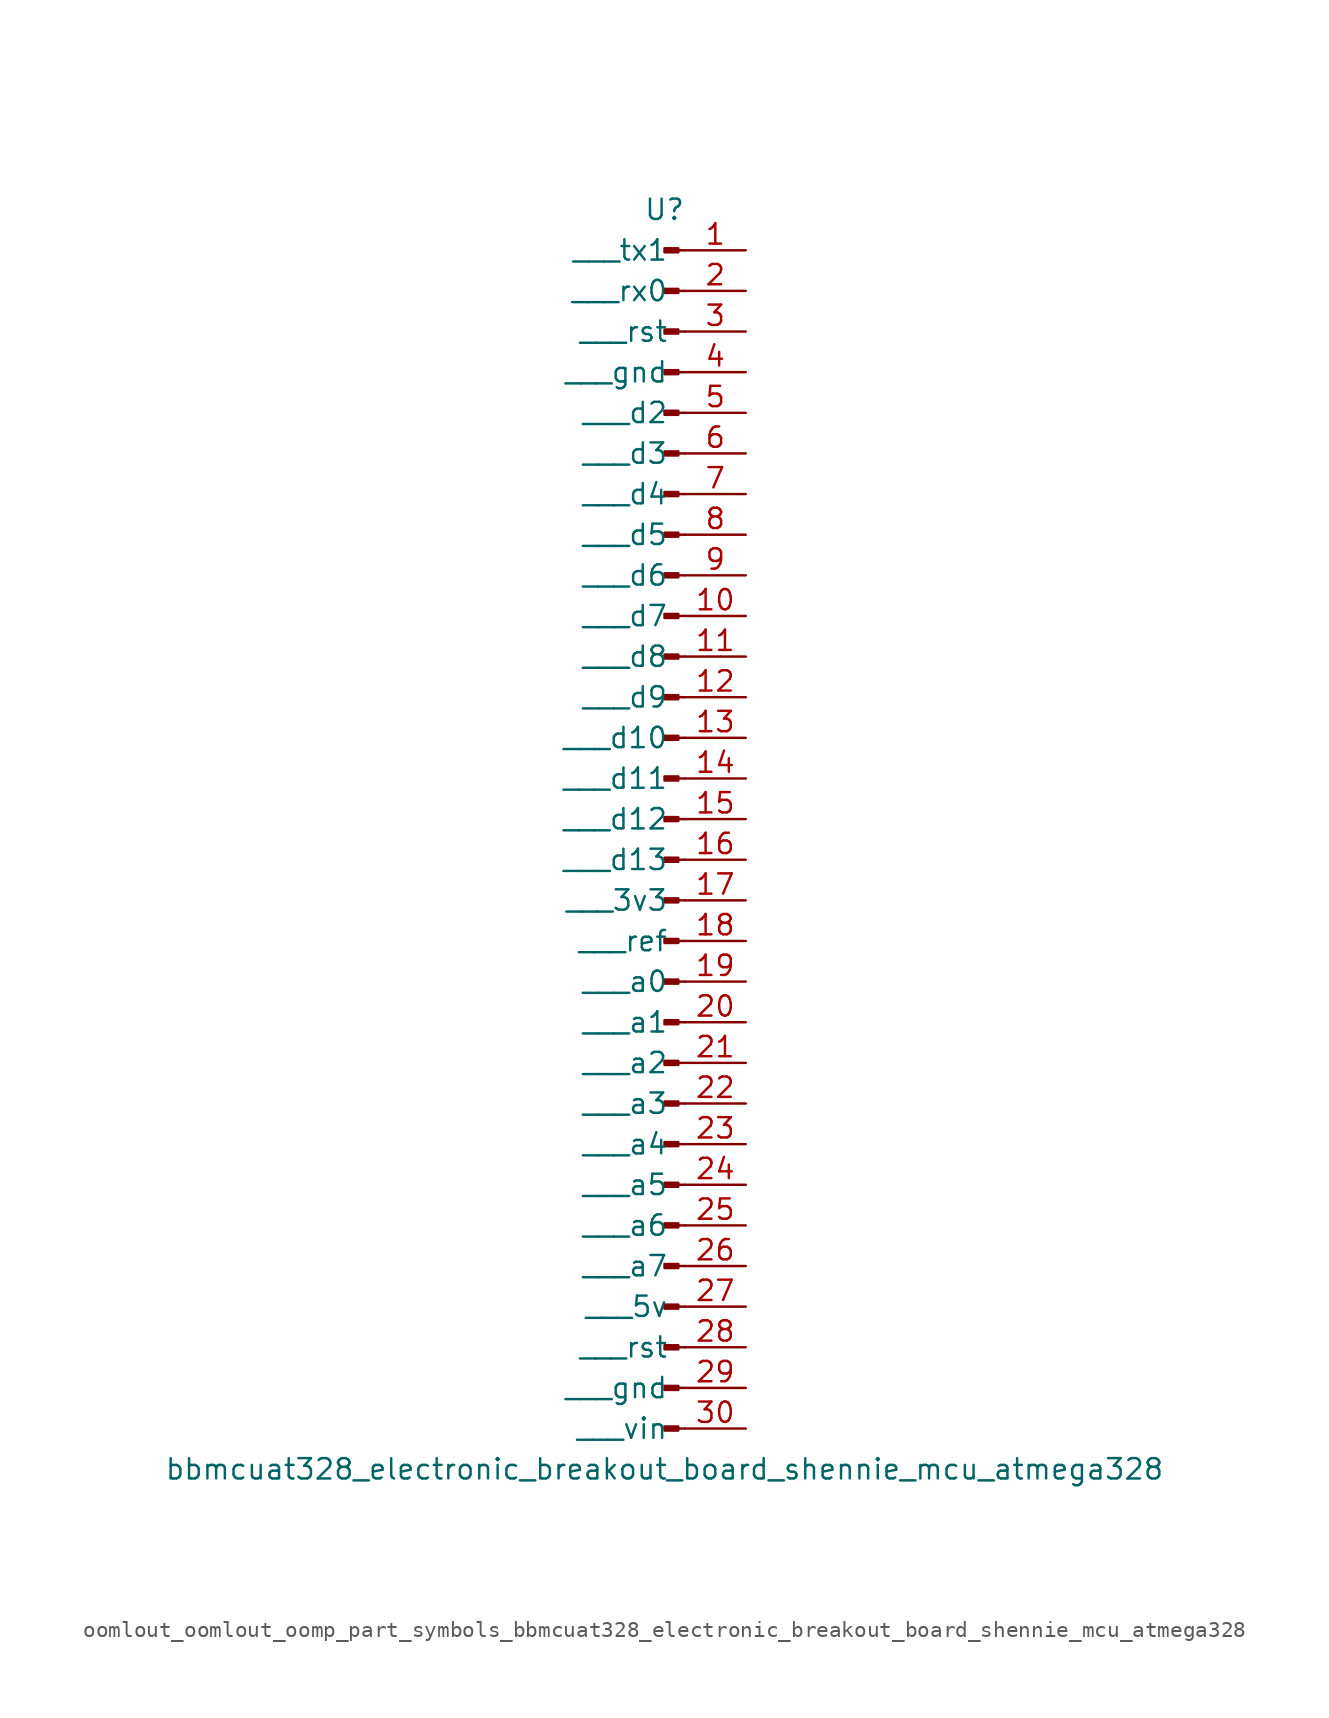
<source format=kicad_sym>
(kicad_symbol_lib
  (version 20220914)
  (generator kicad_symbol_editor)
  (symbol "oomlout_oomlout_oomp_part_symbols_bbmcuat328_electronic_breakout_board_shennie_mcu_atmega328"
    (pin_names
      (offset 1.016))
    (property "Reference" "U"
      (at 0 38.1 0)
      (effects (font (size 1.27 1.27))))
    (property "Value" "bbmcuat328_electronic_breakout_board_shennie_mcu_atmega328"
      (at 0 -40.64 0)
      (effects (font (size 1.27 1.27))))
    (property "ki_locked" ""
      (at 0 0 0)
      (effects (font (size 1.27 1.27))))
    (symbol "oomlout_oomlout_oomp_part_symbols_bbmcuat328_electronic_breakout_board_shennie_mcu_atmega328_1_1"
      (polyline (pts (xy 1.27 -38.1) (xy 0.864 -38.1)) (stroke (width 0.152) (type default)) (fill (type none)))
      (polyline (pts (xy 1.27 -35.56) (xy 0.864 -35.56)) (stroke (width 0.152) (type default)) (fill (type none)))
      (polyline (pts (xy 1.27 -33.02) (xy 0.864 -33.02)) (stroke (width 0.152) (type default)) (fill (type none)))
      (polyline (pts (xy 1.27 -30.48) (xy 0.864 -30.48)) (stroke (width 0.152) (type default)) (fill (type none)))
      (polyline (pts (xy 1.27 -27.94) (xy 0.864 -27.94)) (stroke (width 0.152) (type default)) (fill (type none)))
      (polyline (pts (xy 1.27 -25.4) (xy 0.864 -25.4)) (stroke (width 0.152) (type default)) (fill (type none)))
      (polyline (pts (xy 1.27 -22.86) (xy 0.864 -22.86)) (stroke (width 0.152) (type default)) (fill (type none)))
      (polyline (pts (xy 1.27 -20.32) (xy 0.864 -20.32)) (stroke (width 0.152) (type default)) (fill (type none)))
      (polyline (pts (xy 1.27 -17.78) (xy 0.864 -17.78)) (stroke (width 0.152) (type default)) (fill (type none)))
      (polyline (pts (xy 1.27 -15.24) (xy 0.864 -15.24)) (stroke (width 0.152) (type default)) (fill (type none)))
      (polyline (pts (xy 1.27 -12.7) (xy 0.864 -12.7)) (stroke (width 0.152) (type default)) (fill (type none)))
      (polyline (pts (xy 1.27 -10.16) (xy 0.864 -10.16)) (stroke (width 0.152) (type default)) (fill (type none)))
      (polyline (pts (xy 1.27 -7.62) (xy 0.864 -7.62)) (stroke (width 0.152) (type default)) (fill (type none)))
      (polyline (pts (xy 1.27 -5.08) (xy 0.864 -5.08)) (stroke (width 0.152) (type default)) (fill (type none)))
      (polyline (pts (xy 1.27 -2.54) (xy 0.864 -2.54)) (stroke (width 0.152) (type default)) (fill (type none)))
      (polyline (pts (xy 1.27 0) (xy 0.864 0)) (stroke (width 0.152) (type default)) (fill (type none)))
      (polyline (pts (xy 1.27 2.54) (xy 0.864 2.54)) (stroke (width 0.152) (type default)) (fill (type none)))
      (polyline (pts (xy 1.27 5.08) (xy 0.864 5.08)) (stroke (width 0.152) (type default)) (fill (type none)))
      (polyline (pts (xy 1.27 7.62) (xy 0.864 7.62)) (stroke (width 0.152) (type default)) (fill (type none)))
      (polyline (pts (xy 1.27 10.16) (xy 0.864 10.16)) (stroke (width 0.152) (type default)) (fill (type none)))
      (polyline (pts (xy 1.27 12.7) (xy 0.864 12.7)) (stroke (width 0.152) (type default)) (fill (type none)))
      (polyline (pts (xy 1.27 15.24) (xy 0.864 15.24)) (stroke (width 0.152) (type default)) (fill (type none)))
      (polyline (pts (xy 1.27 17.78) (xy 0.864 17.78)) (stroke (width 0.152) (type default)) (fill (type none)))
      (polyline (pts (xy 1.27 20.32) (xy 0.864 20.32)) (stroke (width 0.152) (type default)) (fill (type none)))
      (polyline (pts (xy 1.27 22.86) (xy 0.864 22.86)) (stroke (width 0.152) (type default)) (fill (type none)))
      (polyline (pts (xy 1.27 25.4) (xy 0.864 25.4)) (stroke (width 0.152) (type default)) (fill (type none)))
      (polyline (pts (xy 1.27 27.94) (xy 0.864 27.94)) (stroke (width 0.152) (type default)) (fill (type none)))
      (polyline (pts (xy 1.27 30.48) (xy 0.864 30.48)) (stroke (width 0.152) (type default)) (fill (type none)))
      (polyline (pts (xy 1.27 33.02) (xy 0.864 33.02)) (stroke (width 0.152) (type default)) (fill (type none)))
      (polyline (pts (xy 1.27 35.56) (xy 0.864 35.56)) (stroke (width 0.152) (type default)) (fill (type none)))
      (rectangle (start 0.864 -37.973) (end 0 -38.227) (stroke (width 0.152) (type default)) (fill (type outline)))
      (rectangle (start 0.864 -35.433) (end 0 -35.687) (stroke (width 0.152) (type default)) (fill (type outline)))
      (rectangle (start 0.864 -32.893) (end 0 -33.147) (stroke (width 0.152) (type default)) (fill (type outline)))
      (rectangle (start 0.864 -30.353) (end 0 -30.607) (stroke (width 0.152) (type default)) (fill (type outline)))
      (rectangle (start 0.864 -27.813) (end 0 -28.067) (stroke (width 0.152) (type default)) (fill (type outline)))
      (rectangle (start 0.864 -25.273) (end 0 -25.527) (stroke (width 0.152) (type default)) (fill (type outline)))
      (rectangle (start 0.864 -22.733) (end 0 -22.987) (stroke (width 0.152) (type default)) (fill (type outline)))
      (rectangle (start 0.864 -20.193) (end 0 -20.447) (stroke (width 0.152) (type default)) (fill (type outline)))
      (rectangle (start 0.864 -17.653) (end 0 -17.907) (stroke (width 0.152) (type default)) (fill (type outline)))
      (rectangle (start 0.864 -15.113) (end 0 -15.367) (stroke (width 0.152) (type default)) (fill (type outline)))
      (rectangle (start 0.864 -12.573) (end 0 -12.827) (stroke (width 0.152) (type default)) (fill (type outline)))
      (rectangle (start 0.864 -10.033) (end 0 -10.287) (stroke (width 0.152) (type default)) (fill (type outline)))
      (rectangle (start 0.864 -7.493) (end 0 -7.747) (stroke (width 0.152) (type default)) (fill (type outline)))
      (rectangle (start 0.864 -4.953) (end 0 -5.207) (stroke (width 0.152) (type default)) (fill (type outline)))
      (rectangle (start 0.864 -2.413) (end 0 -2.667) (stroke (width 0.152) (type default)) (fill (type outline)))
      (rectangle (start 0.864 0.127) (end 0 -0.127) (stroke (width 0.152) (type default)) (fill (type outline)))
      (rectangle (start 0.864 2.667) (end 0 2.413) (stroke (width 0.152) (type default)) (fill (type outline)))
      (rectangle (start 0.864 5.207) (end 0 4.953) (stroke (width 0.152) (type default)) (fill (type outline)))
      (rectangle (start 0.864 7.747) (end 0 7.493) (stroke (width 0.152) (type default)) (fill (type outline)))
      (rectangle (start 0.864 10.287) (end 0 10.033) (stroke (width 0.152) (type default)) (fill (type outline)))
      (rectangle (start 0.864 12.827) (end 0 12.573) (stroke (width 0.152) (type default)) (fill (type outline)))
      (rectangle (start 0.864 15.367) (end 0 15.113) (stroke (width 0.152) (type default)) (fill (type outline)))
      (rectangle (start 0.864 17.907) (end 0 17.653) (stroke (width 0.152) (type default)) (fill (type outline)))
      (rectangle (start 0.864 20.447) (end 0 20.193) (stroke (width 0.152) (type default)) (fill (type outline)))
      (rectangle (start 0.864 22.987) (end 0 22.733) (stroke (width 0.152) (type default)) (fill (type outline)))
      (rectangle (start 0.864 25.527) (end 0 25.273) (stroke (width 0.152) (type default)) (fill (type outline)))
      (rectangle (start 0.864 28.067) (end 0 27.813) (stroke (width 0.152) (type default)) (fill (type outline)))
      (rectangle (start 0.864 30.607) (end 0 30.353) (stroke (width 0.152) (type default)) (fill (type outline)))
      (rectangle (start 0.864 33.147) (end 0 32.893) (stroke (width 0.152) (type default)) (fill (type outline)))
      (rectangle (start 0.864 35.687) (end 0 35.433) (stroke (width 0.152) (type default)) (fill (type outline)))
      (pin passive line (at 5.08 35.56 180) (length 3.81) (name "   tx1" (effects (font (size 1.27 1.27)))) (number "1" (effects (font (size 1.27 1.27)))))
      (pin passive line (at 5.08 12.7 180) (length 3.81) (name "   d7" (effects (font (size 1.27 1.27)))) (number "10" (effects (font (size 1.27 1.27)))))
      (pin passive line (at 5.08 10.16 180) (length 3.81) (name "   d8" (effects (font (size 1.27 1.27)))) (number "11" (effects (font (size 1.27 1.27)))))
      (pin passive line (at 5.08 7.62 180) (length 3.81) (name "   d9" (effects (font (size 1.27 1.27)))) (number "12" (effects (font (size 1.27 1.27)))))
      (pin passive line (at 5.08 5.08 180) (length 3.81) (name "   d10" (effects (font (size 1.27 1.27)))) (number "13" (effects (font (size 1.27 1.27)))))
      (pin passive line (at 5.08 2.54 180) (length 3.81) (name "   d11" (effects (font (size 1.27 1.27)))) (number "14" (effects (font (size 1.27 1.27)))))
      (pin passive line (at 5.08 0 180) (length 3.81) (name "   d12" (effects (font (size 1.27 1.27)))) (number "15" (effects (font (size 1.27 1.27)))))
      (pin passive line (at 5.08 -2.54 180) (length 3.81) (name "   d13" (effects (font (size 1.27 1.27)))) (number "16" (effects (font (size 1.27 1.27)))))
      (pin passive line (at 5.08 -5.08 180) (length 3.81) (name "   3v3" (effects (font (size 1.27 1.27)))) (number "17" (effects (font (size 1.27 1.27)))))
      (pin passive line (at 5.08 -7.62 180) (length 3.81) (name "   ref" (effects (font (size 1.27 1.27)))) (number "18" (effects (font (size 1.27 1.27)))))
      (pin passive line (at 5.08 -10.16 180) (length 3.81) (name "   a0" (effects (font (size 1.27 1.27)))) (number "19" (effects (font (size 1.27 1.27)))))
      (pin passive line (at 5.08 33.02 180) (length 3.81) (name "   rx0" (effects (font (size 1.27 1.27)))) (number "2" (effects (font (size 1.27 1.27)))))
      (pin passive line (at 5.08 -12.7 180) (length 3.81) (name "   a1" (effects (font (size 1.27 1.27)))) (number "20" (effects (font (size 1.27 1.27)))))
      (pin passive line (at 5.08 -15.24 180) (length 3.81) (name "   a2" (effects (font (size 1.27 1.27)))) (number "21" (effects (font (size 1.27 1.27)))))
      (pin passive line (at 5.08 -17.78 180) (length 3.81) (name "   a3" (effects (font (size 1.27 1.27)))) (number "22" (effects (font (size 1.27 1.27)))))
      (pin passive line (at 5.08 -20.32 180) (length 3.81) (name "   a4" (effects (font (size 1.27 1.27)))) (number "23" (effects (font (size 1.27 1.27)))))
      (pin passive line (at 5.08 -22.86 180) (length 3.81) (name "   a5" (effects (font (size 1.27 1.27)))) (number "24" (effects (font (size 1.27 1.27)))))
      (pin passive line (at 5.08 -25.4 180) (length 3.81) (name "   a6" (effects (font (size 1.27 1.27)))) (number "25" (effects (font (size 1.27 1.27)))))
      (pin passive line (at 5.08 -27.94 180) (length 3.81) (name "   a7" (effects (font (size 1.27 1.27)))) (number "26" (effects (font (size 1.27 1.27)))))
      (pin passive line (at 5.08 -30.48 180) (length 3.81) (name "   5v" (effects (font (size 1.27 1.27)))) (number "27" (effects (font (size 1.27 1.27)))))
      (pin passive line (at 5.08 -33.02 180) (length 3.81) (name "   rst" (effects (font (size 1.27 1.27)))) (number "28" (effects (font (size 1.27 1.27)))))
      (pin passive line (at 5.08 -35.56 180) (length 3.81) (name "   gnd" (effects (font (size 1.27 1.27)))) (number "29" (effects (font (size 1.27 1.27)))))
      (pin passive line (at 5.08 30.48 180) (length 3.81) (name "   rst" (effects (font (size 1.27 1.27)))) (number "3" (effects (font (size 1.27 1.27)))))
      (pin passive line (at 5.08 -38.1 180) (length 3.81) (name "   vin" (effects (font (size 1.27 1.27)))) (number "30" (effects (font (size 1.27 1.27)))))
      (pin passive line (at 5.08 27.94 180) (length 3.81) (name "   gnd" (effects (font (size 1.27 1.27)))) (number "4" (effects (font (size 1.27 1.27)))))
      (pin passive line (at 5.08 25.4 180) (length 3.81) (name "   d2" (effects (font (size 1.27 1.27)))) (number "5" (effects (font (size 1.27 1.27)))))
      (pin passive line (at 5.08 22.86 180) (length 3.81) (name "   d3" (effects (font (size 1.27 1.27)))) (number "6" (effects (font (size 1.27 1.27)))))
      (pin passive line (at 5.08 20.32 180) (length 3.81) (name "   d4" (effects (font (size 1.27 1.27)))) (number "7" (effects (font (size 1.27 1.27)))))
      (pin passive line (at 5.08 17.78 180) (length 3.81) (name "   d5" (effects (font (size 1.27 1.27)))) (number "8" (effects (font (size 1.27 1.27)))))
      (pin passive line (at 5.08 15.24 180) (length 3.81) (name "   d6" (effects (font (size 1.27 1.27)))) (number "9" (effects (font (size 1.27 1.27))))))))
</source>
